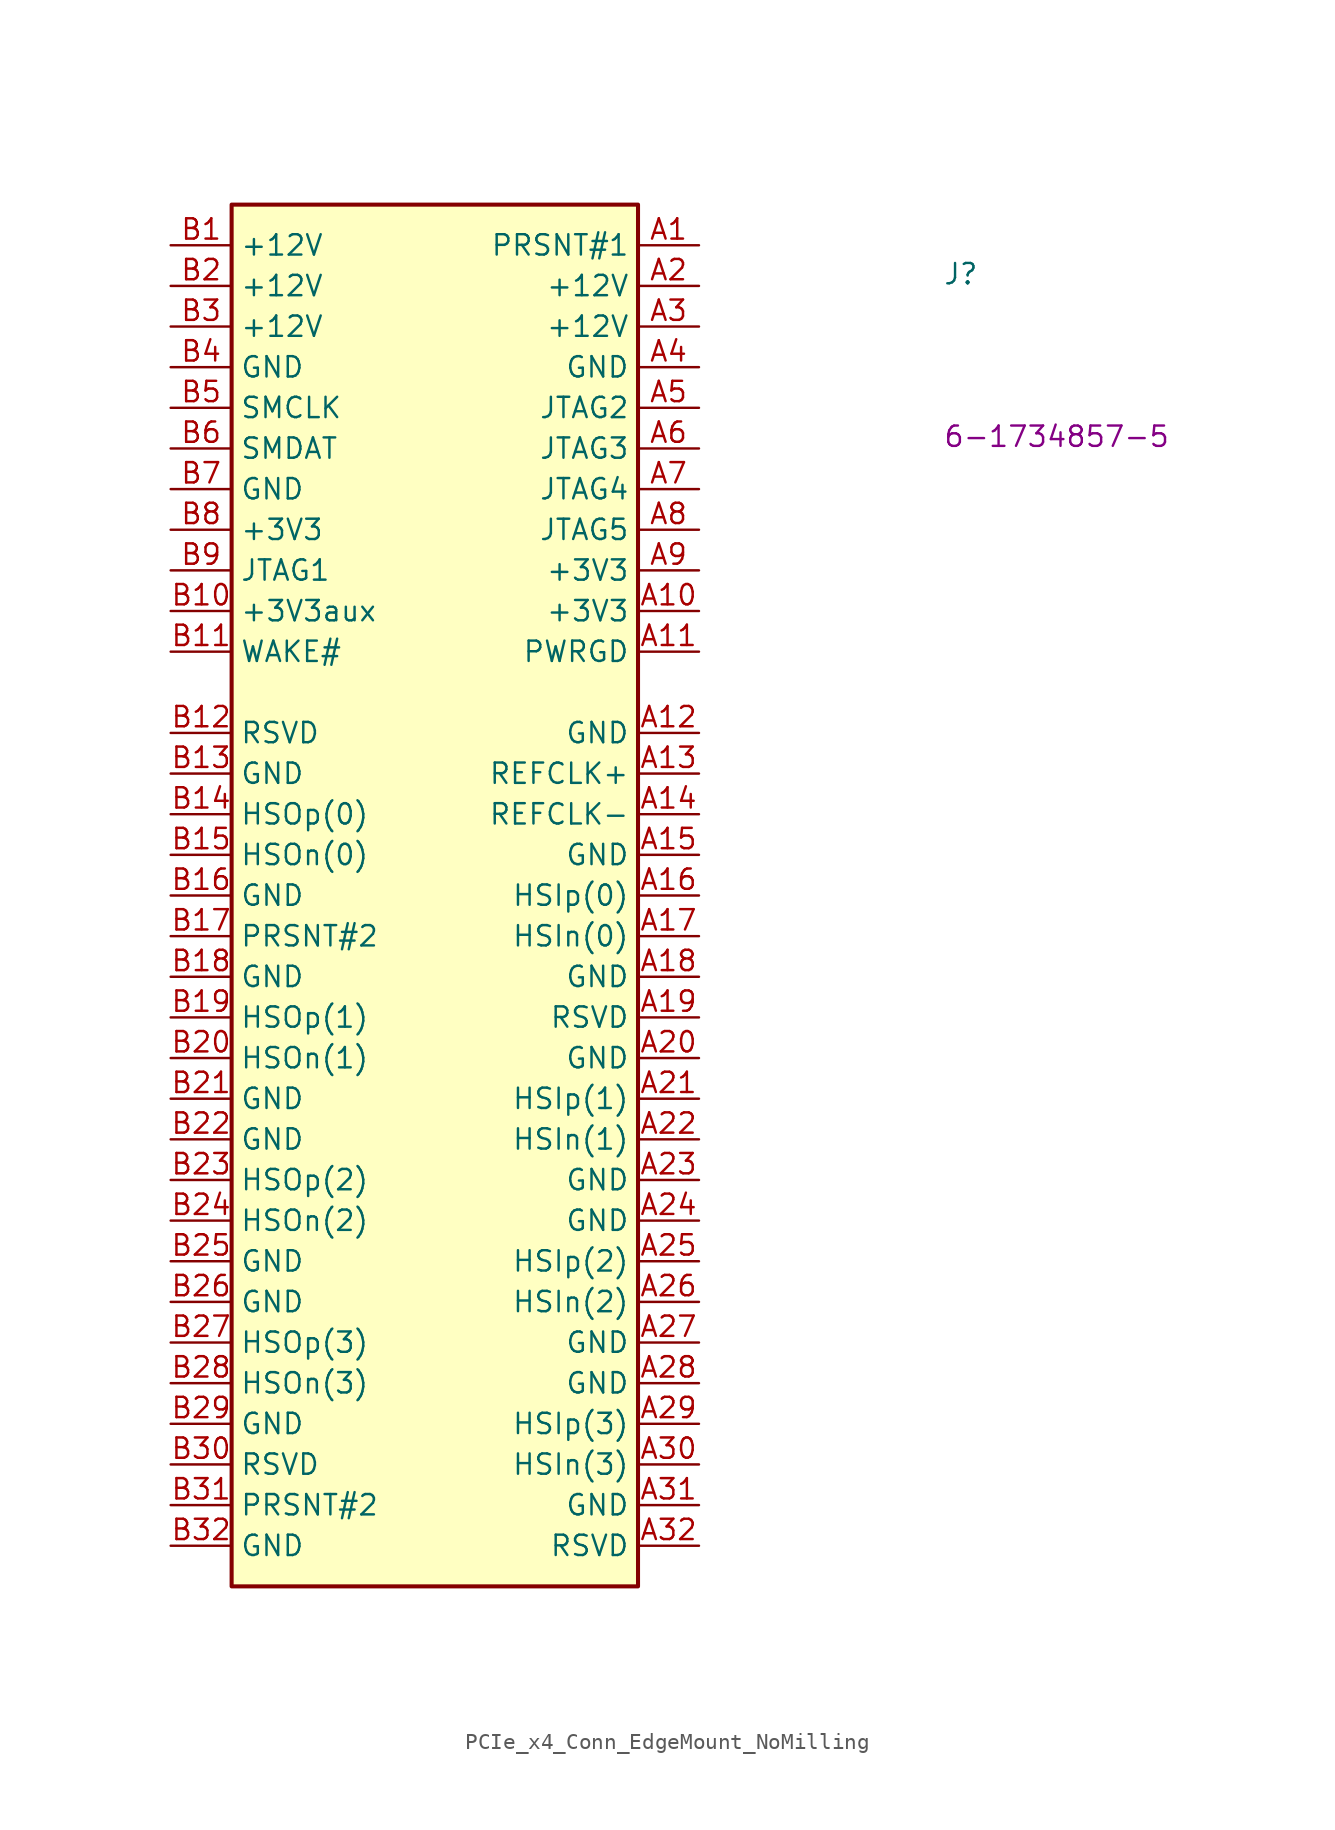
<source format=kicad_sym>
(kicad_symbol_lib
  (version 20220914)
  (generator kicad_symbol_editor)
  (symbol "PCIe_x4_Conn_EdgeMount_NoMilling"
    (property "Reference" "J"
      (at 48.26 -2.54 0)
      (effects (font (size 1.27 1.27) (thickness 0.15)) (justify left bottom)))
    (property "MPN" "6-1734857-5"
      (at 48.26 -12.7 0)
      (effects (font (size 1.27 1.27) (thickness 0.15)) (justify left bottom)))
    (symbol "PCIe_x4_Conn_EdgeMount_NoMilling_0_1"
      (rectangle (start 3.81 2.54) (end 29.21 -83.82) (stroke (width 0.254) (type default)) (fill (type background))))
    (symbol "PCIe_x4_Conn_EdgeMount_NoMilling_1_1"
      (pin passive line (at 33.02 0 180) (length 3.81) (name "PRSNT#1" (effects (font (size 1.27 1.27)))) (number "A1" (effects (font (size 1.27 1.27)))))
      (pin passive line (at 33.02 -22.86 180) (length 3.81) (name "+3V3" (effects (font (size 1.27 1.27)))) (number "A10" (effects (font (size 1.27 1.27)))))
      (pin passive line (at 33.02 -25.4 180) (length 3.81) (name "PWRGD" (effects (font (size 1.27 1.27)))) (number "A11" (effects (font (size 1.27 1.27)))))
      (pin passive line (at 33.02 -30.48 180) (length 3.81) (name "GND" (effects (font (size 1.27 1.27)))) (number "A12" (effects (font (size 1.27 1.27)))))
      (pin passive line (at 33.02 -33.02 180) (length 3.81) (name "REFCLK+" (effects (font (size 1.27 1.27)))) (number "A13" (effects (font (size 1.27 1.27)))))
      (pin passive line (at 33.02 -35.56 180) (length 3.81) (name "REFCLK-" (effects (font (size 1.27 1.27)))) (number "A14" (effects (font (size 1.27 1.27)))))
      (pin passive line (at 33.02 -38.1 180) (length 3.81) (name "GND" (effects (font (size 1.27 1.27)))) (number "A15" (effects (font (size 1.27 1.27)))))
      (pin passive line (at 33.02 -40.64 180) (length 3.81) (name "HSIp(0)" (effects (font (size 1.27 1.27)))) (number "A16" (effects (font (size 1.27 1.27)))))
      (pin passive line (at 33.02 -43.18 180) (length 3.81) (name "HSIn(0)" (effects (font (size 1.27 1.27)))) (number "A17" (effects (font (size 1.27 1.27)))))
      (pin passive line (at 33.02 -45.72 180) (length 3.81) (name "GND" (effects (font (size 1.27 1.27)))) (number "A18" (effects (font (size 1.27 1.27)))))
      (pin passive line (at 33.02 -48.26 180) (length 3.81) (name "RSVD" (effects (font (size 1.27 1.27)))) (number "A19" (effects (font (size 1.27 1.27)))))
      (pin passive line (at 33.02 -2.54 180) (length 3.81) (name "+12V" (effects (font (size 1.27 1.27)))) (number "A2" (effects (font (size 1.27 1.27)))))
      (pin passive line (at 33.02 -50.8 180) (length 3.81) (name "GND" (effects (font (size 1.27 1.27)))) (number "A20" (effects (font (size 1.27 1.27)))))
      (pin passive line (at 33.02 -53.34 180) (length 3.81) (name "HSIp(1)" (effects (font (size 1.27 1.27)))) (number "A21" (effects (font (size 1.27 1.27)))))
      (pin passive line (at 33.02 -55.88 180) (length 3.81) (name "HSIn(1)" (effects (font (size 1.27 1.27)))) (number "A22" (effects (font (size 1.27 1.27)))))
      (pin passive line (at 33.02 -58.42 180) (length 3.81) (name "GND" (effects (font (size 1.27 1.27)))) (number "A23" (effects (font (size 1.27 1.27)))))
      (pin passive line (at 33.02 -60.96 180) (length 3.81) (name "GND" (effects (font (size 1.27 1.27)))) (number "A24" (effects (font (size 1.27 1.27)))))
      (pin passive line (at 33.02 -63.5 180) (length 3.81) (name "HSIp(2)" (effects (font (size 1.27 1.27)))) (number "A25" (effects (font (size 1.27 1.27)))))
      (pin passive line (at 33.02 -66.04 180) (length 3.81) (name "HSIn(2)" (effects (font (size 1.27 1.27)))) (number "A26" (effects (font (size 1.27 1.27)))))
      (pin passive line (at 33.02 -68.58 180) (length 3.81) (name "GND" (effects (font (size 1.27 1.27)))) (number "A27" (effects (font (size 1.27 1.27)))))
      (pin input line (at 33.02 -71.12 180) (length 3.81) (name "GND" (effects (font (size 1.27 1.27)))) (number "A28" (effects (font (size 1.27 1.27)))))
      (pin passive line (at 33.02 -73.66 180) (length 3.81) (name "HSIp(3)" (effects (font (size 1.27 1.27)))) (number "A29" (effects (font (size 1.27 1.27)))))
      (pin passive line (at 33.02 -5.08 180) (length 3.81) (name "+12V" (effects (font (size 1.27 1.27)))) (number "A3" (effects (font (size 1.27 1.27)))))
      (pin passive line (at 33.02 -76.2 180) (length 3.81) (name "HSIn(3)" (effects (font (size 1.27 1.27)))) (number "A30" (effects (font (size 1.27 1.27)))))
      (pin passive line (at 33.02 -78.74 180) (length 3.81) (name "GND" (effects (font (size 1.27 1.27)))) (number "A31" (effects (font (size 1.27 1.27)))))
      (pin passive line (at 33.02 -81.28 180) (length 3.81) (name "RSVD" (effects (font (size 1.27 1.27)))) (number "A32" (effects (font (size 1.27 1.27)))))
      (pin passive line (at 33.02 -7.62 180) (length 3.81) (name "GND" (effects (font (size 1.27 1.27)))) (number "A4" (effects (font (size 1.27 1.27)))))
      (pin passive line (at 33.02 -10.16 180) (length 3.81) (name "JTAG2" (effects (font (size 1.27 1.27)))) (number "A5" (effects (font (size 1.27 1.27)))))
      (pin passive line (at 33.02 -12.7 180) (length 3.81) (name "JTAG3" (effects (font (size 1.27 1.27)))) (number "A6" (effects (font (size 1.27 1.27)))))
      (pin passive line (at 33.02 -15.24 180) (length 3.81) (name "JTAG4" (effects (font (size 1.27 1.27)))) (number "A7" (effects (font (size 1.27 1.27)))))
      (pin passive line (at 33.02 -17.78 180) (length 3.81) (name "JTAG5" (effects (font (size 1.27 1.27)))) (number "A8" (effects (font (size 1.27 1.27)))))
      (pin passive line (at 33.02 -20.32 180) (length 3.81) (name "+3V3" (effects (font (size 1.27 1.27)))) (number "A9" (effects (font (size 1.27 1.27)))))
      (pin passive line (at 0 0 0) (length 3.81) (name "+12V" (effects (font (size 1.27 1.27)))) (number "B1" (effects (font (size 1.27 1.27)))))
      (pin passive line (at 0 -22.86 0) (length 3.81) (name "+3V3aux" (effects (font (size 1.27 1.27)))) (number "B10" (effects (font (size 1.27 1.27)))))
      (pin passive line (at 0 -25.4 0) (length 3.81) (name "WAKE#" (effects (font (size 1.27 1.27)))) (number "B11" (effects (font (size 1.27 1.27)))))
      (pin passive line (at 0 -30.48 0) (length 3.81) (name "RSVD" (effects (font (size 1.27 1.27)))) (number "B12" (effects (font (size 1.27 1.27)))))
      (pin passive line (at 0 -33.02 0) (length 3.81) (name "GND" (effects (font (size 1.27 1.27)))) (number "B13" (effects (font (size 1.27 1.27)))))
      (pin passive line (at 0 -35.56 0) (length 3.81) (name "HSOp(0)" (effects (font (size 1.27 1.27)))) (number "B14" (effects (font (size 1.27 1.27)))))
      (pin passive line (at 0 -38.1 0) (length 3.81) (name "HSOn(0)" (effects (font (size 1.27 1.27)))) (number "B15" (effects (font (size 1.27 1.27)))))
      (pin passive line (at 0 -40.64 0) (length 3.81) (name "GND" (effects (font (size 1.27 1.27)))) (number "B16" (effects (font (size 1.27 1.27)))))
      (pin passive line (at 0 -43.18 0) (length 3.81) (name "PRSNT#2" (effects (font (size 1.27 1.27)))) (number "B17" (effects (font (size 1.27 1.27)))))
      (pin passive line (at 0 -45.72 0) (length 3.81) (name "GND" (effects (font (size 1.27 1.27)))) (number "B18" (effects (font (size 1.27 1.27)))))
      (pin passive line (at 0 -48.26 0) (length 3.81) (name "HSOp(1)" (effects (font (size 1.27 1.27)))) (number "B19" (effects (font (size 1.27 1.27)))))
      (pin passive line (at 0 -2.54 0) (length 3.81) (name "+12V" (effects (font (size 1.27 1.27)))) (number "B2" (effects (font (size 1.27 1.27)))))
      (pin passive line (at 0 -50.8 0) (length 3.81) (name "HSOn(1)" (effects (font (size 1.27 1.27)))) (number "B20" (effects (font (size 1.27 1.27)))))
      (pin passive line (at 0 -53.34 0) (length 3.81) (name "GND" (effects (font (size 1.27 1.27)))) (number "B21" (effects (font (size 1.27 1.27)))))
      (pin passive line (at 0 -55.88 0) (length 3.81) (name "GND" (effects (font (size 1.27 1.27)))) (number "B22" (effects (font (size 1.27 1.27)))))
      (pin passive line (at 0 -58.42 0) (length 3.81) (name "HSOp(2)" (effects (font (size 1.27 1.27)))) (number "B23" (effects (font (size 1.27 1.27)))))
      (pin passive line (at 0 -60.96 0) (length 3.81) (name "HSOn(2)" (effects (font (size 1.27 1.27)))) (number "B24" (effects (font (size 1.27 1.27)))))
      (pin passive line (at 0 -63.5 0) (length 3.81) (name "GND" (effects (font (size 1.27 1.27)))) (number "B25" (effects (font (size 1.27 1.27)))))
      (pin passive line (at 0 -66.04 0) (length 3.81) (name "GND" (effects (font (size 1.27 1.27)))) (number "B26" (effects (font (size 1.27 1.27)))))
      (pin passive line (at 0 -68.58 0) (length 3.81) (name "HSOp(3)" (effects (font (size 1.27 1.27)))) (number "B27" (effects (font (size 1.27 1.27)))))
      (pin passive line (at 0 -71.12 0) (length 3.81) (name "HSOn(3)" (effects (font (size 1.27 1.27)))) (number "B28" (effects (font (size 1.27 1.27)))))
      (pin passive line (at 0 -73.66 0) (length 3.81) (name "GND" (effects (font (size 1.27 1.27)))) (number "B29" (effects (font (size 1.27 1.27)))))
      (pin passive line (at 0 -5.08 0) (length 3.81) (name "+12V" (effects (font (size 1.27 1.27)))) (number "B3" (effects (font (size 1.27 1.27)))))
      (pin passive line (at 0 -76.2 0) (length 3.81) (name "RSVD" (effects (font (size 1.27 1.27)))) (number "B30" (effects (font (size 1.27 1.27)))))
      (pin passive line (at 0 -78.74 0) (length 3.81) (name "PRSNT#2" (effects (font (size 1.27 1.27)))) (number "B31" (effects (font (size 1.27 1.27)))))
      (pin passive line (at 0 -81.28 0) (length 3.81) (name "GND" (effects (font (size 1.27 1.27)))) (number "B32" (effects (font (size 1.27 1.27)))))
      (pin passive line (at 0 -7.62 0) (length 3.81) (name "GND" (effects (font (size 1.27 1.27)))) (number "B4" (effects (font (size 1.27 1.27)))))
      (pin passive line (at 0 -10.16 0) (length 3.81) (name "SMCLK" (effects (font (size 1.27 1.27)))) (number "B5" (effects (font (size 1.27 1.27)))))
      (pin passive line (at 0 -12.7 0) (length 3.81) (name "SMDAT" (effects (font (size 1.27 1.27)))) (number "B6" (effects (font (size 1.27 1.27)))))
      (pin passive line (at 0 -15.24 0) (length 3.81) (name "GND" (effects (font (size 1.27 1.27)))) (number "B7" (effects (font (size 1.27 1.27)))))
      (pin passive line (at 0 -17.78 0) (length 3.81) (name "+3V3" (effects (font (size 1.27 1.27)))) (number "B8" (effects (font (size 1.27 1.27)))))
      (pin passive line (at 0 -20.32 0) (length 3.81) (name "JTAG1" (effects (font (size 1.27 1.27)))) (number "B9" (effects (font (size 1.27 1.27))))))))
</source>
